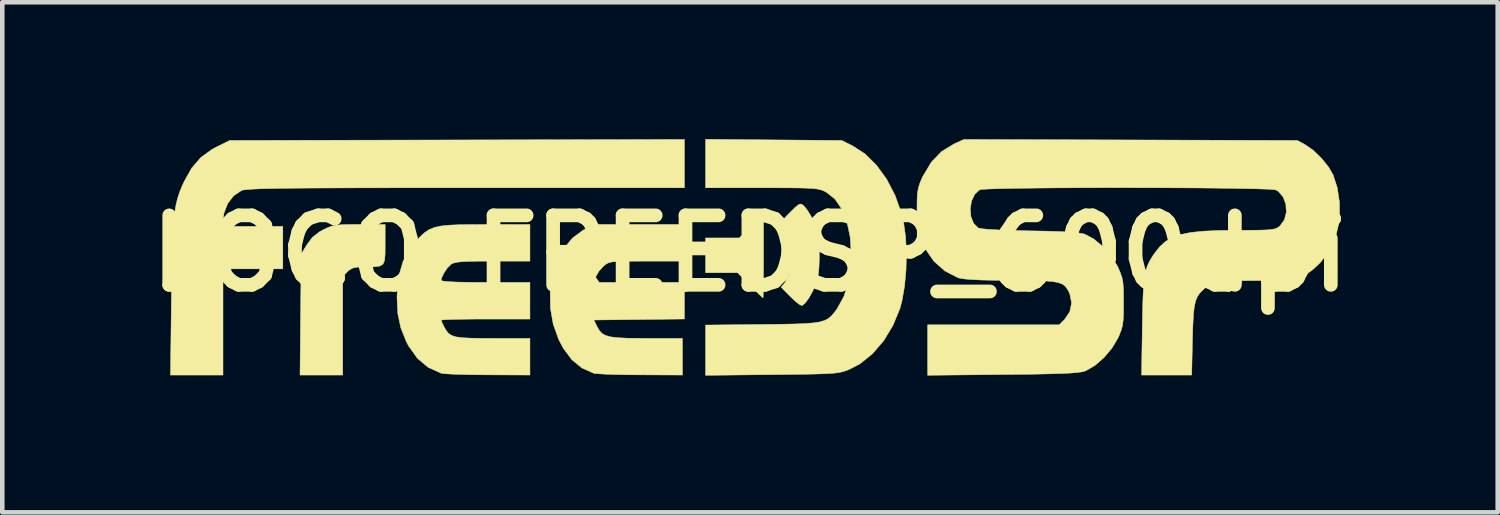
<source format=kicad_pcb>
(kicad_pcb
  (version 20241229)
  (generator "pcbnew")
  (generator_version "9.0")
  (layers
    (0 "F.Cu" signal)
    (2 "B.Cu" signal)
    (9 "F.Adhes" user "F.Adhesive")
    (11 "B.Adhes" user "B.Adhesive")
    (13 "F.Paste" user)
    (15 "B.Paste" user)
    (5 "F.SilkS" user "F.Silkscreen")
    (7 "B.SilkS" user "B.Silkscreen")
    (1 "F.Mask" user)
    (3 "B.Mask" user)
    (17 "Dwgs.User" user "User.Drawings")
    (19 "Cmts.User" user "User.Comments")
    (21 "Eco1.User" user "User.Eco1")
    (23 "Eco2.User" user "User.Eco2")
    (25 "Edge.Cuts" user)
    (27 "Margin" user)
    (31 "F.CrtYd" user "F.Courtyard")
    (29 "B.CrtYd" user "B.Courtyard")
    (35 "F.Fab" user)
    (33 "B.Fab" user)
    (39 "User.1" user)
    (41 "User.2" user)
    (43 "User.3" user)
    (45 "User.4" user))
  (footprint "LOGO_FREEDSP_600dpi"
    (layer "F.Cu")
    (at 13.397 2.507)
    (property "Reference" "LOGO_FREEDSP_600dpi" (at 0 0 0) (layer "F.SilkS") (effects (font (size 1.524 1.524) (thickness 0.3))))
    (attr through_hole)
    (fp_poly (pts (xy 0.296 0.054) (xy 0.296 0.323) (xy 0.294 0.561) (xy 0.292 0.755) (xy 0.289 0.895) (xy 0.286 0.967) (xy 0.285 0.974) (xy 0.252 0.946) (xy 0.173 0.871) (xy 0.063 0.762) (xy 0 0.699) (xy -0.273 0.423) (xy -0.974 0.423) (xy -0.974 -0.339) (xy -0.235 -0.339) (xy 0.031 -0.602) (xy 0.296 -0.865) (xy 0.296 0.054)) (stroke (width 0.01) (type solid)) (fill yes) (layer "F.SilkS"))
    (fp_poly (pts (xy -8.001 -0.195) (xy -8.002 0.014) (xy -8.014 0.154) (xy -8.05 0.237) (xy -8.123 0.279) (xy -8.248 0.294) (xy -8.436 0.296) (xy -8.458 0.296) (xy -8.616 0.301) (xy -8.718 0.323) (xy -8.793 0.368) (xy -8.828 0.4) (xy -8.932 0.504) (xy -8.932 2.667) (xy -9.868 2.667) (xy -9.855 1.341) (xy -9.842 0.014) (xy -9.715 -0.194) (xy -9.595 -0.354) (xy -9.443 -0.472) (xy -9.358 -0.519) (xy -9.259 -0.566) (xy -9.171 -0.599) (xy -9.072 -0.619) (xy -8.946 -0.63) (xy -8.77 -0.634) (xy -8.565 -0.635) (xy -8.001 -0.635) (xy -8.001 -0.195)) (stroke (width 0.01) (type solid)) (fill yes) (layer "F.SilkS"))
    (fp_poly (pts (xy 1.159 -1.06) (xy 1.184 -1.038) (xy 1.25 -0.958) (xy 1.329 -0.832) (xy 1.385 -0.726) (xy 1.445 -0.587) (xy 1.483 -0.449) (xy 1.506 -0.28) (xy 1.517 -0.091) (xy 1.52 0.119) (xy 1.511 0.325) (xy 1.493 0.492) (xy 1.485 0.53) (xy 1.439 0.68) (xy 1.37 0.836) (xy 1.29 0.979) (xy 1.211 1.087) (xy 1.145 1.141) (xy 1.132 1.143) (xy 1.076 1.115) (xy 0.983 1.04) (xy 0.88 0.942) (xy 0.683 0.741) (xy 0.764 0.642) (xy 0.86 0.468) (xy 0.916 0.245) (xy 0.931 -0.002) (xy 0.907 -0.247) (xy 0.843 -0.466) (xy 0.741 -0.635) (xy 0.74 -0.636) (xy 0.714 -0.678) (xy 0.724 -0.726) (xy 0.778 -0.797) (xy 0.886 -0.907) (xy 0.889 -0.91) (xy 0.999 -1.017) (xy 1.069 -1.072) (xy 1.116 -1.084) (xy 1.159 -1.06)) (stroke (width 0.01) (type solid)) (fill yes) (layer "F.SilkS"))
    (fp_poly (pts (xy -1.439 -1.439) (xy -6.224 -1.439) (xy -6.981 -1.439) (xy -7.657 -1.439) (xy -8.258 -1.438) (xy -8.787 -1.437) (xy -9.248 -1.435) (xy -9.648 -1.433) (xy -9.989 -1.43) (xy -10.276 -1.427) (xy -10.514 -1.422) (xy -10.707 -1.418) (xy -10.859 -1.412) (xy -10.975 -1.405) (xy -11.059 -1.398) (xy -11.116 -1.39) (xy -11.15 -1.381) (xy -11.151 -1.38) (xy -11.323 -1.265) (xy -11.456 -1.091) (xy -11.536 -0.881) (xy -11.548 -0.803) (xy -11.568 -0.593) (xy -10.245 -0.593) (xy -10.245 0.339) (xy -11.557 0.339) (xy -11.557 2.667) (xy -12.708 2.667) (xy -12.688 0.984) (xy -12.681 0.51) (xy -12.674 0.112) (xy -12.664 -0.22) (xy -12.652 -0.496) (xy -12.635 -0.724) (xy -12.613 -0.913) (xy -12.586 -1.074) (xy -12.551 -1.214) (xy -12.508 -1.344) (xy -12.456 -1.473) (xy -12.412 -1.57) (xy -12.245 -1.869) (xy -12.046 -2.101) (xy -11.799 -2.281) (xy -11.694 -2.337) (xy -11.411 -2.477) (xy -6.425 -2.488) (xy -1.439 -2.499) (xy -1.439 -1.439)) (stroke (width 0.01) (type solid)) (fill yes) (layer "F.SilkS"))
    (fp_poly (pts (xy -1.482 0.169) (xy -2.283 0.169) (xy -2.562 0.17) (xy -2.769 0.172) (xy -2.918 0.177) (xy -3.021 0.186) (xy -3.092 0.202) (xy -3.143 0.225) (xy -3.188 0.257) (xy -3.21 0.276) (xy -3.307 0.381) (xy -3.376 0.497) (xy -3.38 0.508) (xy -3.425 0.635) (xy -1.439 0.635) (xy -1.439 1.438) (xy -2.432 1.449) (xy -3.425 1.46) (xy -3.357 1.6) (xy -3.309 1.685) (xy -3.252 1.75) (xy -3.173 1.797) (xy -3.062 1.829) (xy -2.905 1.848) (xy -2.693 1.859) (xy -2.412 1.862) (xy -2.267 1.863) (xy -1.482 1.863) (xy -1.482 2.667) (xy -2.402 2.663) (xy -2.679 2.661) (xy -2.933 2.656) (xy -3.149 2.649) (xy -3.314 2.64) (xy -3.413 2.631) (xy -3.429 2.627) (xy -3.688 2.511) (xy -3.908 2.33) (xy -4.096 2.076) (xy -4.196 1.886) (xy -4.316 1.551) (xy -4.377 1.2) (xy -4.382 0.847) (xy -4.333 0.504) (xy -4.234 0.184) (xy -4.087 -0.1) (xy -3.895 -0.335) (xy -3.662 -0.508) (xy -3.646 -0.516) (xy -3.419 -0.635) (xy -1.482 -0.635) (xy -1.482 0.169)) (stroke (width 0.01) (type solid)) (fill yes) (layer "F.SilkS"))
    (fp_poly (pts (xy 0.519 -2.489) (xy 2.011 -2.477) (xy 2.251 -2.358) (xy 2.523 -2.181) (xy 2.774 -1.933) (xy 2.996 -1.627) (xy 3.18 -1.274) (xy 3.317 -0.889) (xy 3.367 -0.681) (xy 3.411 -0.367) (xy 3.429 -0.01) (xy 3.421 0.361) (xy 3.388 0.721) (xy 3.332 1.042) (xy 3.287 1.21) (xy 3.132 1.584) (xy 2.928 1.919) (xy 2.683 2.202) (xy 2.409 2.422) (xy 2.168 2.547) (xy 2.099 2.573) (xy 2.032 2.594) (xy 1.955 2.611) (xy 1.86 2.624) (xy 1.735 2.634) (xy 1.572 2.641) (xy 1.361 2.647) (xy 1.091 2.651) (xy 0.753 2.655) (xy 0.476 2.658) (xy -0.974 2.673) (xy -0.974 1.571) (xy 0.265 1.558) (xy 0.647 1.554) (xy 0.954 1.548) (xy 1.197 1.539) (xy 1.385 1.524) (xy 1.528 1.503) (xy 1.635 1.471) (xy 1.718 1.428) (xy 1.785 1.371) (xy 1.847 1.299) (xy 1.907 1.218) (xy 2.061 0.939) (xy 2.164 0.599) (xy 2.215 0.208) (xy 2.221 0.021) (xy 2.196 -0.358) (xy 2.126 -0.692) (xy 2.013 -0.973) (xy 1.861 -1.193) (xy 1.673 -1.343) (xy 1.655 -1.353) (xy 1.601 -1.378) (xy 1.543 -1.398) (xy 1.47 -1.413) (xy 1.372 -1.424) (xy 1.238 -1.431) (xy 1.058 -1.436) (xy 0.821 -1.438) (xy 0.518 -1.439) (xy 0.256 -1.439) (xy -0.974 -1.439) (xy -0.974 -2.502) (xy 0.519 -2.489)) (stroke (width 0.01) (type solid)) (fill yes) (layer "F.SilkS"))
    (fp_poly (pts (xy -4.826 0.169) (xy -5.642 0.169) (xy -5.937 0.17) (xy -6.159 0.174) (xy -6.319 0.182) (xy -6.431 0.194) (xy -6.504 0.212) (xy -6.552 0.235) (xy -6.552 0.235) (xy -6.637 0.319) (xy -6.715 0.435) (xy -6.766 0.546) (xy -6.773 0.591) (xy -6.732 0.607) (xy -6.607 0.62) (xy -6.4 0.629) (xy -6.108 0.634) (xy -5.8 0.635) (xy -4.826 0.635) (xy -4.826 1.439) (xy -5.8 1.439) (xy -6.077 1.44) (xy -6.323 1.443) (xy -6.527 1.447) (xy -6.676 1.453) (xy -6.76 1.459) (xy -6.773 1.463) (xy -6.756 1.513) (xy -6.713 1.602) (xy -6.71 1.608) (xy -6.663 1.691) (xy -6.612 1.754) (xy -6.544 1.799) (xy -6.448 1.83) (xy -6.312 1.849) (xy -6.124 1.858) (xy -5.872 1.862) (xy -5.642 1.863) (xy -4.826 1.863) (xy -4.826 2.667) (xy -5.747 2.663) (xy -6.024 2.661) (xy -6.277 2.656) (xy -6.494 2.649) (xy -6.658 2.64) (xy -6.757 2.631) (xy -6.774 2.627) (xy -7.056 2.5) (xy -7.293 2.301) (xy -7.486 2.031) (xy -7.539 1.929) (xy -7.659 1.627) (xy -7.724 1.318) (xy -7.741 0.975) (xy -7.736 0.826) (xy -7.694 0.47) (xy -7.607 0.171) (xy -7.468 -0.087) (xy -7.333 -0.258) (xy -7.23 -0.369) (xy -7.137 -0.455) (xy -7.04 -0.52) (xy -6.928 -0.567) (xy -6.789 -0.599) (xy -6.611 -0.619) (xy -6.382 -0.629) (xy -6.089 -0.633) (xy -5.81 -0.634) (xy -4.826 -0.635) (xy -4.826 0.169)) (stroke (width 0.01) (type solid)) (fill yes) (layer "F.SilkS"))
    (fp_poly (pts (xy 8.345 -2.488) (xy 12.002 -2.477) (xy 12.173 -2.385) (xy 12.352 -2.26) (xy 12.533 -2.085) (xy 12.69 -1.889) (xy 12.787 -1.72) (xy 12.877 -1.441) (xy 12.925 -1.124) (xy 12.928 -0.804) (xy 12.912 -0.661) (xy 12.834 -0.335) (xy 12.706 -0.06) (xy 12.516 0.187) (xy 12.468 0.236) (xy 12.346 0.351) (xy 12.228 0.438) (xy 12.099 0.502) (xy 11.947 0.546) (xy 11.757 0.574) (xy 11.514 0.588) (xy 11.205 0.594) (xy 11.094 0.595) (xy 10.769 0.598) (xy 10.516 0.609) (xy 10.322 0.629) (xy 10.175 0.66) (xy 10.062 0.704) (xy 9.971 0.764) (xy 9.941 0.79) (xy 9.867 0.864) (xy 9.811 0.944) (xy 9.771 1.042) (xy 9.742 1.172) (xy 9.723 1.347) (xy 9.711 1.58) (xy 9.702 1.884) (xy 9.702 1.894) (xy 9.685 2.667) (xy 8.586 2.667) (xy 8.603 1.598) (xy 8.609 1.235) (xy 8.618 0.945) (xy 8.631 0.716) (xy 8.649 0.536) (xy 8.676 0.393) (xy 8.713 0.275) (xy 8.762 0.169) (xy 8.824 0.066) (xy 8.868 0.001) (xy 8.981 -0.143) (xy 9.107 -0.258) (xy 9.256 -0.347) (xy 9.438 -0.413) (xy 9.665 -0.459) (xy 9.945 -0.488) (xy 10.29 -0.503) (xy 10.655 -0.507) (xy 10.945 -0.508) (xy 11.163 -0.51) (xy 11.321 -0.515) (xy 11.432 -0.524) (xy 11.507 -0.538) (xy 11.559 -0.558) (xy 11.6 -0.586) (xy 11.621 -0.603) (xy 11.718 -0.736) (xy 11.76 -0.902) (xy 11.75 -1.078) (xy 11.691 -1.239) (xy 11.585 -1.36) (xy 11.53 -1.392) (xy 11.469 -1.401) (xy 11.332 -1.409) (xy 11.126 -1.416) (xy 10.861 -1.422) (xy 10.544 -1.427) (xy 10.183 -1.432) (xy 9.786 -1.436) (xy 9.362 -1.438) (xy 8.918 -1.44) (xy 8.463 -1.441) (xy 8.005 -1.442) (xy 7.552 -1.441) (xy 7.111 -1.439) (xy 6.692 -1.437) (xy 6.303 -1.433) (xy 5.95 -1.429) (xy 5.643 -1.424) (xy 5.39 -1.418) (xy 5.199 -1.411) (xy 5.077 -1.403) (xy 5.035 -1.396) (xy 4.926 -1.295) (xy 4.857 -1.148) (xy 4.83 -0.977) (xy 4.844 -0.807) (xy 4.902 -0.66) (xy 5.002 -0.561) (xy 5.011 -0.556) (xy 5.083 -0.541) (xy 5.231 -0.527) (xy 5.446 -0.515) (xy 5.72 -0.504) (xy 6.044 -0.497) (xy 6.138 -0.495) (xy 6.517 -0.488) (xy 6.818 -0.478) (xy 7.047 -0.465) (xy 7.212 -0.448) (xy 7.32 -0.428) (xy 7.341 -0.421) (xy 7.534 -0.319) (xy 7.73 -0.157) (xy 7.908 0.044) (xy 8.048 0.263) (xy 8.069 0.305) (xy 8.121 0.426) (xy 8.157 0.531) (xy 8.178 0.642) (xy 8.188 0.783) (xy 8.191 0.975) (xy 8.191 1.079) (xy 8.19 1.302) (xy 8.183 1.462) (xy 8.167 1.583) (xy 8.138 1.687) (xy 8.094 1.799) (xy 8.069 1.854) (xy 7.938 2.075) (xy 7.764 2.282) (xy 7.568 2.454) (xy 7.372 2.569) (xy 7.341 2.581) (xy 7.277 2.598) (xy 7.179 2.611) (xy 7.04 2.623) (xy 6.852 2.632) (xy 6.608 2.64) (xy 6.3 2.647) (xy 5.921 2.652) (xy 5.535 2.656) (xy 3.895 2.672) (xy 3.895 1.566) (xy 6.78 1.566) (xy 6.897 1.449) (xy 7.012 1.279) (xy 7.052 1.085) (xy 7.012 0.887) (xy 6.998 0.855) (xy 6.956 0.778) (xy 6.91 0.717) (xy 6.848 0.672) (xy 6.76 0.639) (xy 6.637 0.617) (xy 6.466 0.603) (xy 6.238 0.595) (xy 5.943 0.592) (xy 5.715 0.591) (xy 5.353 0.589) (xy 5.068 0.583) (xy 4.851 0.573) (xy 4.693 0.559) (xy 4.588 0.54) (xy 4.559 0.532) (xy 4.273 0.385) (xy 4.03 0.169) (xy 3.837 -0.111) (xy 3.742 -0.318) (xy 3.7 -0.459) (xy 3.674 -0.625) (xy 3.663 -0.84) (xy 3.662 -0.974) (xy 3.664 -1.181) (xy 3.673 -1.331) (xy 3.695 -1.449) (xy 3.733 -1.562) (xy 3.793 -1.696) (xy 3.794 -1.697) (xy 3.976 -2.001) (xy 4.201 -2.234) (xy 4.468 -2.398) (xy 4.689 -2.499) (xy 8.345 -2.488)) (stroke (width 0.01) (type solid)) (fill yes) (layer "F.SilkS")))
  (gr_rect
    (start -3 -3)
    (end 29.793 8.185)
    (stroke (width 0.1) (type default))
    (fill no)
    (layer "Edge.Cuts")))
</source>
